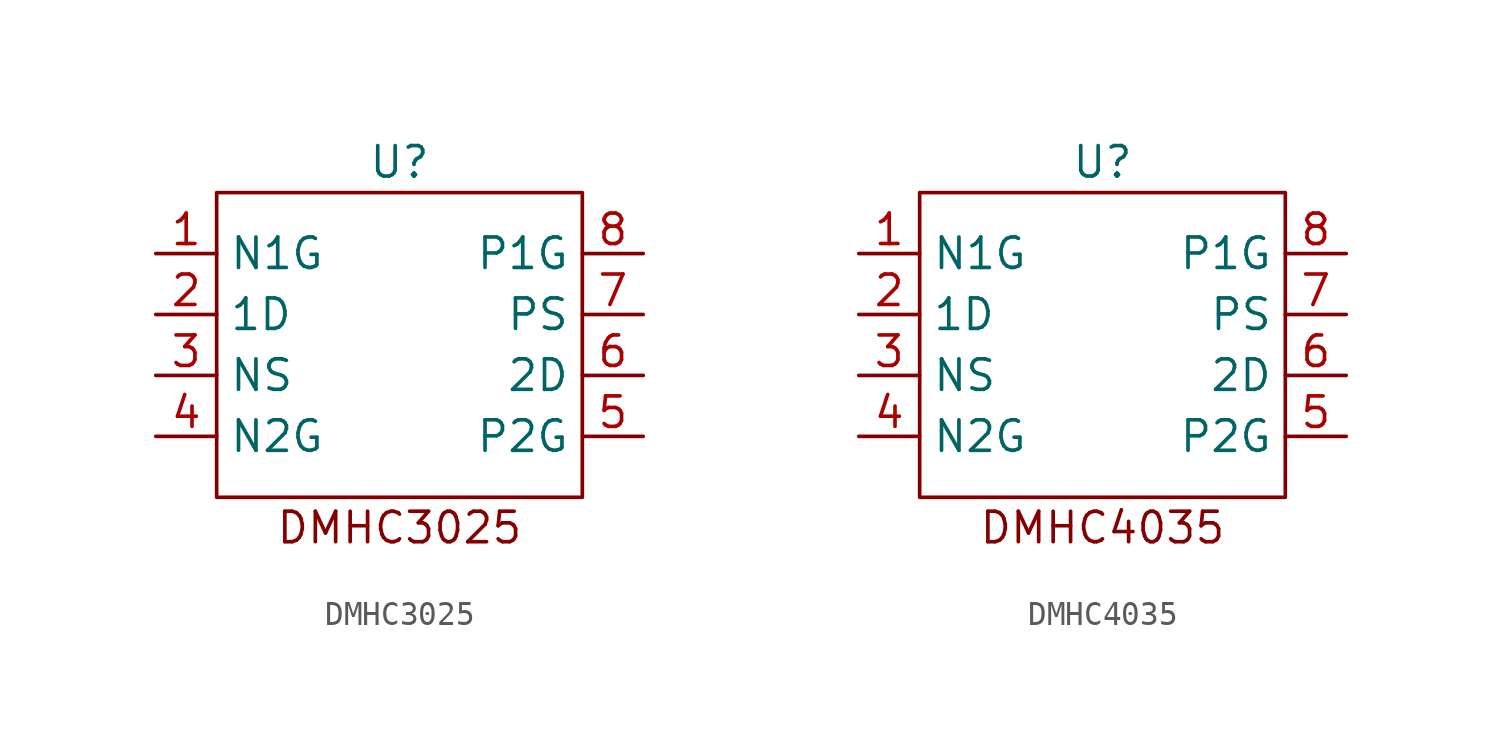
<source format=kicad_sym>
(kicad_symbol_lib
  (version 20220914)
  (generator kicad_symbol_editor)
  (symbol "DMHC3025"
    (property "Reference" "U"
      (at 0 1.27 0)
      (effects (font (size 1.27 1.27))))
    (property "Value" ""
      (at 0 0 0)
      (effects (font (size 1.27 1.27))))
    (symbol "DMHC3025_0_1"
      (rectangle (start -7.62 0) (end 7.62 -12.7) (stroke (width 0) (type default)) (fill (type none))))
    (symbol "DMHC3025_1_1"
      (text "DMHC3025\n" (at 0 -13.97 0) (effects (font (size 1.27 1.27))))
      (pin input line (at -10.16 -2.54 0) (length 2.54) (name "N1G" (effects (font (size 1.27 1.27)))) (number "1" (effects (font (size 1.27 1.27)))))
      (pin input line (at -10.16 -5.08 0) (length 2.54) (name "1D" (effects (font (size 1.27 1.27)))) (number "2" (effects (font (size 1.27 1.27)))))
      (pin input line (at -10.16 -7.62 0) (length 2.54) (name "NS" (effects (font (size 1.27 1.27)))) (number "3" (effects (font (size 1.27 1.27)))))
      (pin input line (at -10.16 -10.16 0) (length 2.54) (name "N2G" (effects (font (size 1.27 1.27)))) (number "4" (effects (font (size 1.27 1.27)))))
      (pin input line (at 10.16 -10.16 180) (length 2.54) (name "P2G" (effects (font (size 1.27 1.27)))) (number "5" (effects (font (size 1.27 1.27)))))
      (pin input line (at 10.16 -7.62 180) (length 2.54) (name "2D" (effects (font (size 1.27 1.27)))) (number "6" (effects (font (size 1.27 1.27)))))
      (pin input line (at 10.16 -5.08 180) (length 2.54) (name "PS" (effects (font (size 1.27 1.27)))) (number "7" (effects (font (size 1.27 1.27)))))
      (pin input line (at 10.16 -2.54 180) (length 2.54) (name "P1G" (effects (font (size 1.27 1.27)))) (number "8" (effects (font (size 1.27 1.27)))))))
  (symbol "DMHC4035"
    (property "Reference" "U"
      (at 0 1.27 0)
      (effects (font (size 1.27 1.27))))
    (property "Value" ""
      (at 0 0 0)
      (effects (font (size 1.27 1.27))))
    (symbol "DMHC4035_0_1"
      (rectangle (start -7.62 0) (end 7.62 -12.7) (stroke (width 0) (type default)) (fill (type none))))
    (symbol "DMHC4035_1_1"
      (text "DMHC4035\n" (at 0 -13.97 0) (effects (font (size 1.27 1.27))))
      (pin input line (at -10.16 -2.54 0) (length 2.54) (name "N1G" (effects (font (size 1.27 1.27)))) (number "1" (effects (font (size 1.27 1.27)))))
      (pin input line (at -10.16 -5.08 0) (length 2.54) (name "1D" (effects (font (size 1.27 1.27)))) (number "2" (effects (font (size 1.27 1.27)))))
      (pin input line (at -10.16 -7.62 0) (length 2.54) (name "NS" (effects (font (size 1.27 1.27)))) (number "3" (effects (font (size 1.27 1.27)))))
      (pin input line (at -10.16 -10.16 0) (length 2.54) (name "N2G" (effects (font (size 1.27 1.27)))) (number "4" (effects (font (size 1.27 1.27)))))
      (pin input line (at 10.16 -10.16 180) (length 2.54) (name "P2G" (effects (font (size 1.27 1.27)))) (number "5" (effects (font (size 1.27 1.27)))))
      (pin input line (at 10.16 -7.62 180) (length 2.54) (name "2D" (effects (font (size 1.27 1.27)))) (number "6" (effects (font (size 1.27 1.27)))))
      (pin input line (at 10.16 -5.08 180) (length 2.54) (name "PS" (effects (font (size 1.27 1.27)))) (number "7" (effects (font (size 1.27 1.27)))))
      (pin input line (at 10.16 -2.54 180) (length 2.54) (name "P1G" (effects (font (size 1.27 1.27)))) (number "8" (effects (font (size 1.27 1.27))))))))
</source>
